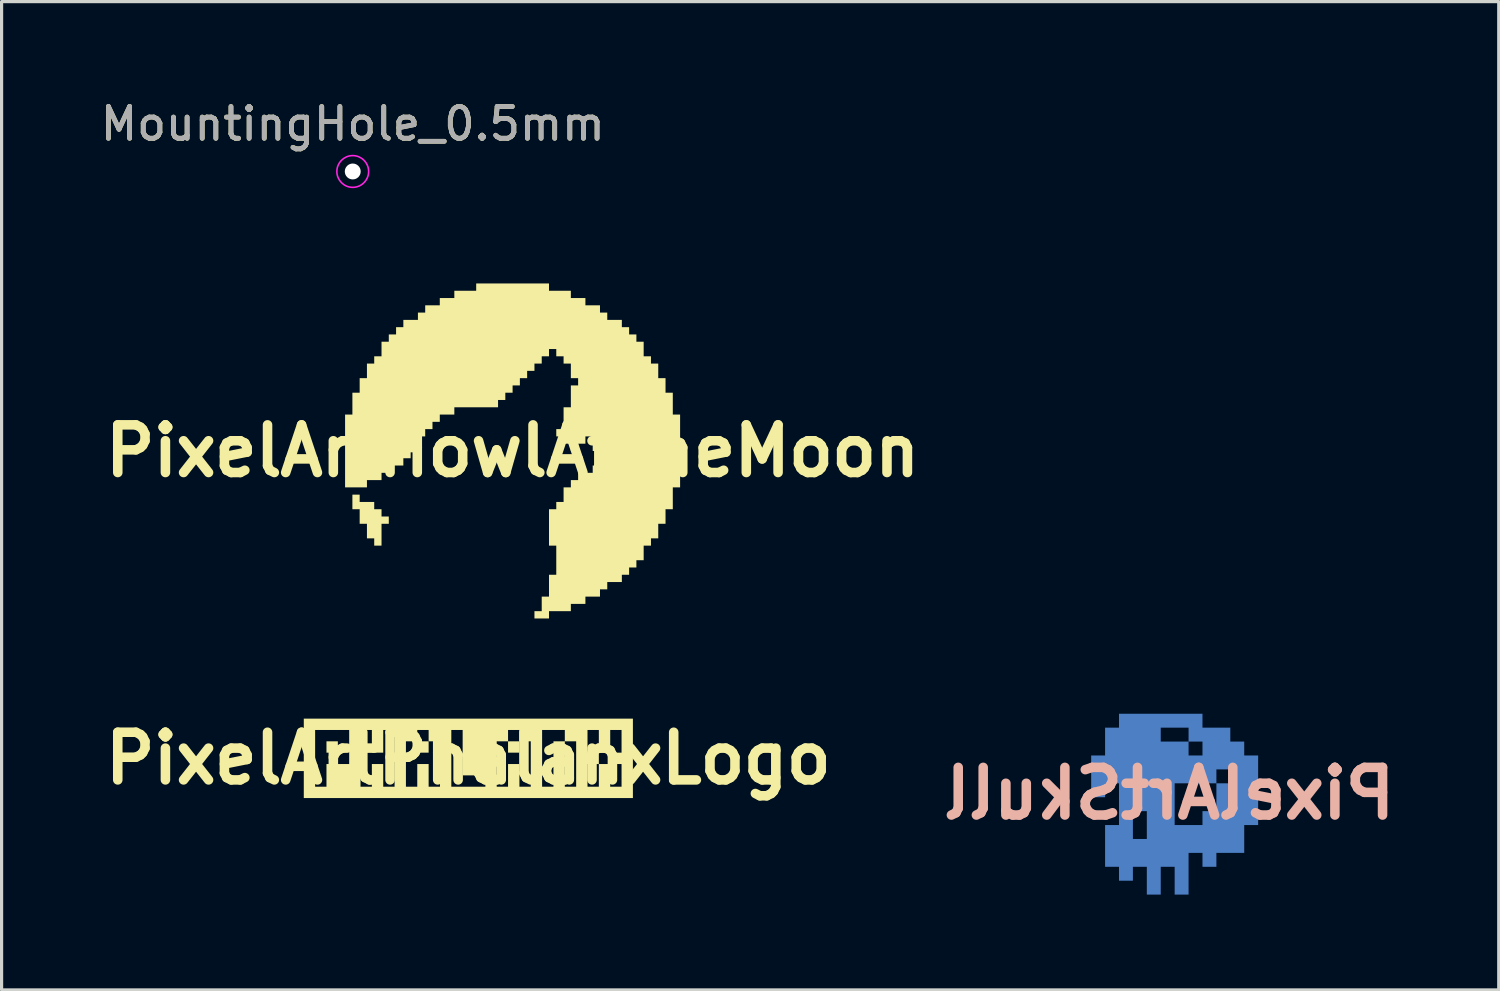
<source format=kicad_pcb>
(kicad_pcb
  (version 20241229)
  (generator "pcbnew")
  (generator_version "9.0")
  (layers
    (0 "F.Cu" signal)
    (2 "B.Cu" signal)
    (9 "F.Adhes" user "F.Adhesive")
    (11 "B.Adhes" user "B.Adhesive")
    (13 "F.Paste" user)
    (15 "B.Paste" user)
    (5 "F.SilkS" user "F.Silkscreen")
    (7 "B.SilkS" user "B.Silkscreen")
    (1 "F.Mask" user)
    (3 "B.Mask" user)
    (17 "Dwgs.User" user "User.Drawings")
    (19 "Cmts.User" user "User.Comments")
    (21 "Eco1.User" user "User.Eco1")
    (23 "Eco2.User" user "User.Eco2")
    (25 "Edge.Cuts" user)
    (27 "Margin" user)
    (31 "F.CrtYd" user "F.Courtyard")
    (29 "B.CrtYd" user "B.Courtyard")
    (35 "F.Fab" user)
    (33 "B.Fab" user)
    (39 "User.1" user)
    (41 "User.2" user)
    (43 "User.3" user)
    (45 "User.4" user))
  (footprint "PixelArtSkull"
    (layer "F.Cu")
    (at 33.757 21.928)
    (property "Reference" "PixelArtSkull" (at 0 0 0) (layer "B.SilkS") (effects (font (size 1.5 1.5) (thickness 0.3)) (justify mirror)))
    (attr board_only exclude_from_pos_files exclude_from_bom)
    (fp_poly (pts (xy 1.046 -2.291) (xy 1.046 -2.072) (xy 1.484 -2.072) (xy 1.922 -2.072) (xy 1.922 -1.853) (xy 1.922 -1.634) (xy 2.141 -1.634) (xy 2.36 -1.634) (xy 2.36 -1.415) (xy 2.36 -1.196) (xy 2.579 -1.196) (xy 2.798 -1.196) (xy 2.798 -0.101) (xy 2.798 0.994) (xy 2.579 0.994) (xy 2.36 0.994) (xy 2.36 1.432) (xy 2.36 1.87) (xy 1.922 1.87) (xy 1.484 1.87) (xy 1.484 2.089) (xy 1.484 2.308) (xy 1.265 2.308) (xy 1.046 2.308) (xy 1.046 2.089) (xy 1.046 1.87) (xy 0.827 1.87) (xy 0.608 1.87) (xy 0.608 2.527) (xy 0.608 3.183) (xy 0.389 3.183) (xy 0.17 3.183) (xy 0.17 2.746) (xy 0.17 2.308) (xy -0.049 2.308) (xy -0.268 2.308) (xy -0.268 2.746) (xy -0.268 3.183) (xy -0.487 3.183) (xy -0.706 3.183) (xy -0.706 2.746) (xy -0.706 2.308) (xy -0.925 2.308) (xy -1.144 2.308) (xy -1.144 2.527) (xy -1.144 2.746) (xy -1.363 2.746) (xy -1.582 2.746) (xy -1.582 2.527) (xy -1.582 2.308) (xy -1.801 2.308) (xy -2.02 2.308) (xy -2.02 1.651) (xy -2.02 0.994) (xy -1.801 0.994) (xy -1.582 0.994) (xy -1.582 0.556) (xy -1.144 0.556) (xy -1.144 0.994) (xy -1.144 1.432) (xy -0.925 1.432) (xy -0.706 1.432) (xy -0.706 0.994) (xy 0.17 0.994) (xy 0.608 0.994) (xy 1.046 0.994) (xy 1.046 0.775) (xy 1.046 0.556) (xy 1.265 0.556) (xy 1.484 0.556) (xy 1.484 0.118) (xy 1.484 -0.32) (xy 1.703 -0.32) (xy 1.922 -0.32) (xy 1.922 -0.539) (xy 1.922 -0.758) (xy 1.703 -0.758) (xy 1.484 -0.758) (xy 1.484 -0.539) (xy 1.484 -0.32) (xy 0.827 -0.32) (xy 0.17 -0.32) (xy 0.17 0.337) (xy 0.17 0.994) (xy -0.706 0.994) (xy -0.706 0.556) (xy -0.925 0.556) (xy -1.144 0.556) (xy -1.582 0.556) (xy -1.582 0.337) (xy -1.582 -0.32) (xy -1.801 -0.32) (xy -2.02 -0.32) (xy -2.02 -0.101) (xy -2.02 0.118) (xy -2.239 0.118) (xy -2.458 0.118) (xy -2.458 -0.539) (xy -2.458 -1.196) (xy -2.239 -1.196) (xy -2.02 -1.196) (xy -2.02 -1.634) (xy -2.02 -2.072) (xy -1.801 -2.072) (xy -1.582 -2.072) (xy -0.268 -2.072) (xy -0.268 -1.853) (xy -0.268 -1.634) (xy 0.17 -1.634) (xy 0.608 -1.634) (xy 0.608 -1.415) (xy 0.608 -1.196) (xy 0.827 -1.196) (xy 1.046 -1.196) (xy 1.046 -1.415) (xy 1.046 -1.634) (xy 0.827 -1.634) (xy 0.608 -1.634) (xy 0.608 -1.853) (xy 0.608 -2.072) (xy 0.17 -2.072) (xy -0.268 -2.072) (xy -1.582 -2.072) (xy -1.582 -2.291) (xy -1.582 -2.51) (xy -0.268 -2.51) (xy 1.046 -2.51)) (stroke (width 0) (type solid)) (fill yes) (layer "B.Cu"))
    (fp_poly (pts (xy 1.046 -2.291) (xy 1.046 -2.072) (xy 1.484 -2.072) (xy 1.922 -2.072) (xy 1.922 -1.853) (xy 1.922 -1.634) (xy 2.141 -1.634) (xy 2.36 -1.634) (xy 2.36 -1.415) (xy 2.36 -1.196) (xy 2.579 -1.196) (xy 2.798 -1.196) (xy 2.798 -0.101) (xy 2.798 0.994) (xy 2.579 0.994) (xy 2.36 0.994) (xy 2.36 1.432) (xy 2.36 1.87) (xy 1.922 1.87) (xy 1.484 1.87) (xy 1.484 2.089) (xy 1.484 2.308) (xy 1.265 2.308) (xy 1.046 2.308) (xy 1.046 2.089) (xy 1.046 1.87) (xy 0.827 1.87) (xy 0.608 1.87) (xy 0.608 2.527) (xy 0.608 3.183) (xy 0.389 3.183) (xy 0.17 3.183) (xy 0.17 2.746) (xy 0.17 2.308) (xy -0.049 2.308) (xy -0.268 2.308) (xy -0.268 2.746) (xy -0.268 3.183) (xy -0.487 3.183) (xy -0.706 3.183) (xy -0.706 2.746) (xy -0.706 2.308) (xy -0.925 2.308) (xy -1.144 2.308) (xy -1.144 2.527) (xy -1.144 2.746) (xy -1.363 2.746) (xy -1.582 2.746) (xy -1.582 2.527) (xy -1.582 2.308) (xy -1.801 2.308) (xy -2.02 2.308) (xy -2.02 1.651) (xy -2.02 0.994) (xy -1.801 0.994) (xy -1.582 0.994) (xy -1.582 0.556) (xy -1.144 0.556) (xy -1.144 0.994) (xy -1.144 1.432) (xy -0.925 1.432) (xy -0.706 1.432) (xy -0.706 0.994) (xy 0.17 0.994) (xy 0.608 0.994) (xy 1.046 0.994) (xy 1.046 0.775) (xy 1.046 0.556) (xy 1.265 0.556) (xy 1.484 0.556) (xy 1.484 0.118) (xy 1.484 -0.32) (xy 1.703 -0.32) (xy 1.922 -0.32) (xy 1.922 -0.539) (xy 1.922 -0.758) (xy 1.703 -0.758) (xy 1.484 -0.758) (xy 1.484 -0.539) (xy 1.484 -0.32) (xy 0.827 -0.32) (xy 0.17 -0.32) (xy 0.17 0.337) (xy 0.17 0.994) (xy -0.706 0.994) (xy -0.706 0.556) (xy -0.925 0.556) (xy -1.144 0.556) (xy -1.582 0.556) (xy -1.582 0.337) (xy -1.582 -0.32) (xy -1.801 -0.32) (xy -2.02 -0.32) (xy -2.02 -0.101) (xy -2.02 0.118) (xy -2.239 0.118) (xy -2.458 0.118) (xy -2.458 -0.539) (xy -2.458 -1.196) (xy -2.239 -1.196) (xy -2.02 -1.196) (xy -2.02 -1.634) (xy -2.02 -2.072) (xy -1.801 -2.072) (xy -1.582 -2.072) (xy -0.268 -2.072) (xy -0.268 -1.853) (xy -0.268 -1.634) (xy 0.17 -1.634) (xy 0.608 -1.634) (xy 0.608 -1.415) (xy 0.608 -1.196) (xy 0.827 -1.196) (xy 1.046 -1.196) (xy 1.046 -1.415) (xy 1.046 -1.634) (xy 0.827 -1.634) (xy 0.608 -1.634) (xy 0.608 -1.853) (xy 0.608 -2.072) (xy 0.17 -2.072) (xy -0.268 -2.072) (xy -1.582 -2.072) (xy -1.582 -2.291) (xy -1.582 -2.51) (xy -0.268 -2.51) (xy 1.046 -2.51)) (stroke (width 0) (type solid)) (fill yes) (layer "B.Mask")))
  (footprint "PixelArtHowlAtTheMoon"
    (layer "F.Cu")
    (at 13.086 11.146)
    (property "Reference" "PixelArtHowlAtTheMoon" (at 0 0 0) (layer "F.SilkS") (effects (font (size 1.5 1.5) (thickness 0.3))))
    (attr board_only exclude_from_pos_files exclude_from_bom)
    (fp_poly (pts (xy -4.814 1.49) (xy -4.814 1.605) (xy -4.585 1.605) (xy -4.356 1.605) (xy -4.356 1.719) (xy -4.356 1.834) (xy -4.241 1.834) (xy -4.126 1.834) (xy -4.126 1.949) (xy -4.126 2.063) (xy -4.012 2.063) (xy -3.897 2.063) (xy -3.897 2.178) (xy -3.897 2.292) (xy -4.012 2.292) (xy -4.126 2.292) (xy -4.126 2.636) (xy -4.126 2.98) (xy -4.241 2.98) (xy -4.356 2.98) (xy -4.356 2.866) (xy -4.356 2.751) (xy -4.47 2.751) (xy -4.585 2.751) (xy -4.585 2.522) (xy -4.585 2.292) (xy -4.699 2.292) (xy -4.814 2.292) (xy -4.814 2.063) (xy -4.814 1.834) (xy -4.929 1.834) (xy -5.043 1.834) (xy -5.043 1.605) (xy -5.043 1.375) (xy -4.929 1.375) (xy -4.814 1.375)) (stroke (width 0) (type solid)) (fill yes) (layer "F.SilkS"))
    (fp_poly (pts (xy 1.146 -5.158) (xy 1.146 -5.043) (xy 1.49 -5.043) (xy 1.834 -5.043) (xy 1.834 -4.929) (xy 1.834 -4.814) (xy 2.063 -4.814) (xy 2.292 -4.814) (xy 2.292 -4.699) (xy 2.292 -4.585) (xy 2.522 -4.585) (xy 2.751 -4.585) (xy 2.751 -4.47) (xy 2.751 -4.356) (xy 2.866 -4.356) (xy 2.98 -4.356) (xy 2.98 -4.241) (xy 2.98 -4.126) (xy 3.209 -4.126) (xy 3.439 -4.126) (xy 3.439 -4.012) (xy 3.439 -3.897) (xy 3.553 -3.897) (xy 3.668 -3.897) (xy 3.668 -3.782) (xy 3.668 -3.668) (xy 3.782 -3.668) (xy 3.897 -3.668) (xy 3.897 -3.553) (xy 3.897 -3.439) (xy 4.012 -3.439) (xy 4.126 -3.439) (xy 4.126 -3.209) (xy 4.126 -2.98) (xy 4.241 -2.98) (xy 4.356 -2.98) (xy 4.356 -2.866) (xy 4.356 -2.751) (xy 4.47 -2.751) (xy 4.585 -2.751) (xy 4.585 -2.522) (xy 4.585 -2.292) (xy 4.699 -2.292) (xy 4.814 -2.292) (xy 4.814 -2.063) (xy 4.814 -1.834) (xy 4.929 -1.834) (xy 5.043 -1.834) (xy 5.043 -1.49) (xy 5.043 -1.146) (xy 5.158 -1.146) (xy 5.273 -1.146) (xy 5.273 0) (xy 5.273 1.146) (xy 5.158 1.146) (xy 5.043 1.146) (xy 5.043 1.49) (xy 5.043 1.834) (xy 4.929 1.834) (xy 4.814 1.834) (xy 4.814 2.063) (xy 4.814 2.292) (xy 4.699 2.292) (xy 4.585 2.292) (xy 4.585 2.522) (xy 4.585 2.751) (xy 4.47 2.751) (xy 4.356 2.751) (xy 4.356 2.866) (xy 4.356 2.98) (xy 4.241 2.98) (xy 4.126 2.98) (xy 4.126 3.209) (xy 4.126 3.439) (xy 4.012 3.439) (xy 3.897 3.439) (xy 3.897 3.553) (xy 3.897 3.668) (xy 3.782 3.668) (xy 3.668 3.668) (xy 3.668 3.782) (xy 3.668 3.897) (xy 3.553 3.897) (xy 3.439 3.897) (xy 3.439 4.012) (xy 3.439 4.126) (xy 3.209 4.126) (xy 2.98 4.126) (xy 2.98 4.241) (xy 2.98 4.356) (xy 2.866 4.356) (xy 2.751 4.356) (xy 2.751 4.47) (xy 2.751 4.585) (xy 2.522 4.585) (xy 2.292 4.585) (xy 2.292 4.699) (xy 2.292 4.814) (xy 2.063 4.814) (xy 1.834 4.814) (xy 1.834 4.929) (xy 1.834 5.043) (xy 1.49 5.043) (xy 1.146 5.043) (xy 1.146 5.158) (xy 1.146 5.273) (xy 0.917 5.273) (xy 0.688 5.273) (xy 0.688 5.158) (xy 0.688 5.043) (xy 0.802 5.043) (xy 0.917 5.043) (xy 0.917 4.814) (xy 0.917 4.585) (xy 1.032 4.585) (xy 1.146 4.585) (xy 1.146 4.241) (xy 1.146 3.897) (xy 1.261 3.897) (xy 1.375 3.897) (xy 1.375 3.439) (xy 1.375 2.98) (xy 1.261 2.98) (xy 1.146 2.98) (xy 1.146 2.407) (xy 1.146 1.834) (xy 1.261 1.834) (xy 1.375 1.834) (xy 1.375 1.719) (xy 1.375 1.605) (xy 1.49 1.605) (xy 1.605 1.605) (xy 1.605 1.375) (xy 1.605 1.146) (xy 1.719 1.146) (xy 1.834 1.146) (xy 1.834 1.032) (xy 1.834 0.917) (xy 1.949 0.917) (xy 2.063 0.917) (xy 2.063 0.802) (xy 2.063 0.688) (xy 2.292 0.688) (xy 2.522 0.688) (xy 2.522 0.573) (xy 2.522 0.458) (xy 2.636 0.458) (xy 2.751 0.458) (xy 2.751 0.229) (xy 2.751 0) (xy 2.636 0) (xy 2.522 0) (xy 2.522 -0.229) (xy 2.522 -0.458) (xy 2.407 -0.458) (xy 2.292 -0.458) (xy 2.292 -0.344) (xy 2.292 -0.229) (xy 2.178 -0.229) (xy 2.063 -0.229) (xy 2.063 -0.115) (xy 2.063 0) (xy 1.949 0) (xy 1.834 0) (xy 1.834 -0.115) (xy 1.834 -0.229) (xy 1.719 -0.229) (xy 1.605 -0.229) (xy 1.605 -0.344) (xy 1.605 -0.458) (xy 1.49 -0.458) (xy 1.375 -0.458) (xy 1.375 -0.573) (xy 1.375 -0.688) (xy 1.49 -0.688) (xy 1.605 -0.688) (xy 1.605 -1.032) (xy 1.605 -1.375) (xy 1.719 -1.375) (xy 1.834 -1.375) (xy 1.834 -1.719) (xy 1.834 -2.063) (xy 1.949 -2.063) (xy 2.063 -2.063) (xy 2.063 -2.178) (xy 2.063 -2.292) (xy 1.949 -2.292) (xy 1.834 -2.292) (xy 1.834 -2.522) (xy 1.834 -2.751) (xy 1.719 -2.751) (xy 1.605 -2.751) (xy 1.605 -2.866) (xy 1.605 -2.98) (xy 1.49 -2.98) (xy 1.375 -2.98) (xy 1.375 -3.095) (xy 1.375 -3.209) (xy 1.261 -3.209) (xy 1.146 -3.209) (xy 1.146 -3.095) (xy 1.146 -2.98) (xy 1.032 -2.98) (xy 0.917 -2.98) (xy 0.917 -2.866) (xy 0.917 -2.751) (xy 0.802 -2.751) (xy 0.688 -2.751) (xy 0.688 -2.636) (xy 0.688 -2.522) (xy 0.573 -2.522) (xy 0.458 -2.522) (xy 0.458 -2.407) (xy 0.458 -2.292) (xy 0.344 -2.292) (xy 0.229 -2.292) (xy 0.229 -2.178) (xy 0.229 -2.063) (xy 0.115 -2.063) (xy 0 -2.063) (xy 0 -1.949) (xy 0 -1.834) (xy -0.115 -1.834) (xy -0.229 -1.834) (xy -0.229 -1.719) (xy -0.229 -1.605) (xy -0.344 -1.605) (xy -0.458 -1.605) (xy -0.458 -1.49) (xy -0.458 -1.375) (xy -1.146 -1.375) (xy -1.834 -1.375) (xy -1.834 -1.261) (xy -1.834 -1.146) (xy -2.063 -1.146) (xy -2.292 -1.146) (xy -2.292 -1.032) (xy -2.292 -0.917) (xy -2.407 -0.917) (xy -2.522 -0.917) (xy -2.522 -0.802) (xy -2.522 -0.688) (xy -2.636 -0.688) (xy -2.751 -0.688) (xy -2.751 -0.573) (xy -2.751 -0.458) (xy -2.866 -0.458) (xy -2.98 -0.458) (xy -2.98 -0.229) (xy -2.98 0) (xy -3.095 0) (xy -3.209 0) (xy -3.209 0.115) (xy -3.209 0.229) (xy -3.324 0.229) (xy -3.439 0.229) (xy -3.439 0.344) (xy -3.439 0.458) (xy -3.668 0.458) (xy -3.897 0.458) (xy -3.897 0.573) (xy -3.897 0.688) (xy -4.012 0.688) (xy -4.126 0.688) (xy -4.126 0.802) (xy -4.126 0.917) (xy -4.356 0.917) (xy -4.585 0.917) (xy -4.585 1.032) (xy -4.585 1.146) (xy -4.929 1.146) (xy -5.273 1.146) (xy -5.273 0) (xy -5.273 -1.146) (xy -5.158 -1.146) (xy -5.043 -1.146) (xy -5.043 -1.49) (xy -5.043 -1.834) (xy -4.929 -1.834) (xy -4.814 -1.834) (xy -4.814 -2.063) (xy -4.814 -2.292) (xy -4.699 -2.292) (xy -4.585 -2.292) (xy -4.585 -2.522) (xy -4.585 -2.751) (xy -4.47 -2.751) (xy -4.356 -2.751) (xy -4.356 -2.866) (xy -4.356 -2.98) (xy -4.241 -2.98) (xy -4.126 -2.98) (xy -4.126 -3.209) (xy -4.126 -3.439) (xy -4.012 -3.439) (xy -3.897 -3.439) (xy -3.897 -3.553) (xy -3.897 -3.668) (xy -3.782 -3.668) (xy -3.668 -3.668) (xy -3.668 -3.782) (xy -3.668 -3.897) (xy -3.553 -3.897) (xy -3.439 -3.897) (xy -3.439 -4.012) (xy -3.439 -4.126) (xy -3.209 -4.126) (xy -2.98 -4.126) (xy -2.98 -4.241) (xy -2.98 -4.356) (xy -2.866 -4.356) (xy -2.751 -4.356) (xy -2.751 -4.47) (xy -2.751 -4.585) (xy -2.522 -4.585) (xy -2.292 -4.585) (xy -2.292 -4.699) (xy -2.292 -4.814) (xy -2.063 -4.814) (xy -1.834 -4.814) (xy -1.834 -4.929) (xy -1.834 -5.043) (xy -1.49 -5.043) (xy -1.146 -5.043) (xy -1.146 -5.158) (xy -1.146 -5.273) (xy 0 -5.273) (xy 1.146 -5.273)) (stroke (width 0) (type solid)) (fill yes) (layer "F.SilkS")))
  (footprint "PixelArtPhalanxLogo"
    (layer "F.Cu")
    (at 11.693 20.822)
    (property "Reference" "PixelArtPhalanxLogo" (at 0 0 0) (layer "F.SilkS") (effects (font (size 1.5 1.5) (thickness 0.3))))
    (attr board_only exclude_from_pos_files exclude_from_bom)
    (fp_poly (pts (xy -4.108 -0.357) (xy -4.108 -0.179) (xy -4.287 -0.179) (xy -4.466 -0.179) (xy -4.466 -0.357) (xy -4.466 -0.536) (xy -4.287 -0.536) (xy -4.108 -0.536)) (stroke (width 0) (type solid)) (fill yes) (layer "F.SilkS"))
    (fp_poly (pts (xy -1.25 -0.357) (xy -1.25 -0.179) (xy -1.429 -0.179) (xy -1.608 -0.179) (xy -1.608 -0.357) (xy -1.608 -0.536) (xy -1.429 -0.536) (xy -1.25 -0.536)) (stroke (width 0) (type solid)) (fill yes) (layer "F.SilkS"))
    (fp_poly (pts (xy 1.608 -0.357) (xy 1.608 -0.179) (xy 1.429 -0.179) (xy 1.25 -0.179) (xy 1.25 -0.357) (xy 1.25 -0.536) (xy 1.429 -0.536) (xy 1.608 -0.536)) (stroke (width 0) (type solid)) (fill yes) (layer "F.SilkS"))
    (fp_poly (pts (xy 5.18 0) (xy 5.18 1.25) (xy 0 1.25) (xy -5.18 1.25) (xy -5.18 0) (xy -5.18 -0.893) (xy -4.823 -0.893) (xy -4.823 0) (xy -4.823 0.893) (xy -4.644 0.893) (xy -4.466 0.893) (xy -4.466 0.536) (xy -4.466 0.179) (xy -4.108 0.179) (xy -3.751 0.179) (xy -3.751 -0.357) (xy -3.751 -0.893) (xy -3.394 -0.893) (xy -3.394 0) (xy -3.394 0.893) (xy -3.215 0.893) (xy -3.037 0.893) (xy -3.037 0.536) (xy -3.037 0.179) (xy -2.858 0.179) (xy -2.679 0.179) (xy -2.679 0.536) (xy -2.679 0.893) (xy -2.501 0.893) (xy -2.322 0.893) (xy -1.965 0.893) (xy -1.786 0.893) (xy -1.608 0.893) (xy -1.608 0.536) (xy -1.608 0.179) (xy -1.429 0.179) (xy -1.25 0.179) (xy -1.25 0.536) (xy -1.25 0.893) (xy -1.072 0.893) (xy -0.893 0.893) (xy -0.893 0.179) (xy -0.893 -0.536) (xy -1.072 -0.536) (xy -1.25 -0.536) (xy -1.25 -0.714) (xy -1.25 -0.893) (xy -0.536 -0.893) (xy -0.536 0) (xy -0.536 0.893) (xy 0 0.893) (xy 0.536 0.893) (xy 0.893 0.893) (xy 1.072 0.893) (xy 1.25 0.893) (xy 1.25 0.536) (xy 1.25 0.179) (xy 1.429 0.179) (xy 1.608 0.179) (xy 1.608 0.536) (xy 1.608 0.893) (xy 1.786 0.893) (xy 1.965 0.893) (xy 1.965 0.179) (xy 1.965 -0.536) (xy 1.786 -0.536) (xy 1.608 -0.536) (xy 1.608 -0.714) (xy 1.608 -0.893) (xy 2.322 -0.893) (xy 2.322 0) (xy 2.322 0.893) (xy 2.501 0.893) (xy 2.679 0.893) (xy 2.679 0.179) (xy 2.679 -0.536) (xy 2.858 -0.536) (xy 3.037 -0.536) (xy 3.037 0.179) (xy 3.037 0.893) (xy 3.215 0.893) (xy 3.394 0.893) (xy 3.394 0.179) (xy 3.394 -0.536) (xy 3.215 -0.536) (xy 3.037 -0.536) (xy 3.037 -0.714) (xy 3.037 -0.893) (xy 3.751 -0.893) (xy 3.751 -0.536) (xy 3.751 -0.179) (xy 3.93 -0.179) (xy 4.108 -0.179) (xy 4.108 0) (xy 4.108 0.179) (xy 3.93 0.179) (xy 3.751 0.179) (xy 3.751 0.536) (xy 3.751 0.893) (xy 3.93 0.893) (xy 4.108 0.893) (xy 4.108 0.536) (xy 4.108 0.179) (xy 4.287 0.179) (xy 4.466 0.179) (xy 4.466 0.536) (xy 4.466 0.893) (xy 4.644 0.893) (xy 4.823 0.893) (xy 4.823 0.536) (xy 4.823 0.179) (xy 4.644 0.179) (xy 4.466 0.179) (xy 4.466 0) (xy 4.466 -0.179) (xy 4.644 -0.179) (xy 4.823 -0.179) (xy 4.823 -0.536) (xy 4.823 -0.893) (xy 4.644 -0.893) (xy 4.466 -0.893) (xy 4.466 -0.536) (xy 4.466 -0.179) (xy 4.287 -0.179) (xy 4.108 -0.179) (xy 4.108 -0.536) (xy 4.108 -0.893) (xy 3.93 -0.893) (xy 3.751 -0.893) (xy 3.037 -0.893) (xy 2.679 -0.893) (xy 2.322 -0.893) (xy 1.608 -0.893) (xy 1.429 -0.893) (xy 1.25 -0.893) (xy 1.25 -0.714) (xy 1.25 -0.536) (xy 1.072 -0.536) (xy 0.893 -0.536) (xy 0.893 0.179) (xy 0.893 0.893) (xy 0.536 0.893) (xy 0.536 0.714) (xy 0.536 0.536) (xy 0.179 0.536) (xy -0.179 0.536) (xy -0.179 -0.179) (xy -0.179 -0.893) (xy -0.357 -0.893) (xy -0.536 -0.893) (xy -1.25 -0.893) (xy -1.429 -0.893) (xy -1.608 -0.893) (xy -1.608 -0.714) (xy -1.608 -0.536) (xy -1.786 -0.536) (xy -1.965 -0.536) (xy -1.965 0.179) (xy -1.965 0.893) (xy -2.322 0.893) (xy -2.322 0) (xy -2.322 -0.893) (xy -2.501 -0.893) (xy -2.679 -0.893) (xy -2.679 -0.536) (xy -2.679 -0.179) (xy -2.858 -0.179) (xy -3.037 -0.179) (xy -3.037 -0.536) (xy -3.037 -0.893) (xy -3.215 -0.893) (xy -3.394 -0.893) (xy -3.751 -0.893) (xy -4.287 -0.893) (xy -4.823 -0.893) (xy -5.18 -0.893) (xy -5.18 -1.25) (xy 0 -1.25) (xy 5.18 -1.25)) (stroke (width 0) (type solid)) (fill yes) (layer "F.SilkS")))
  (footprint "MountingHole_0.5mm"
    (layer "F.Cu")
    (at 8.054 2.348)
    (property "Reference" "MountingHole_0.5mm" (at 0 -1.5 0) (layer "F.SilkS") (effects (font (size 1 1) (thickness 0.15))))
    (attr exclude_from_pos_files exclude_from_bom)
    (fp_circle (center 0 0) (end 0.5 0) (stroke (width 0.05) (type solid)) (fill no) (layer "F.CrtYd"))
    (fp_text user "${REFERENCE}" (at 0 -1.5 0) (layer "F.Fab") (effects (font (size 1 1) (thickness 0.15))))
    (pad "" np_thru_hole circle (at 0 0) (size 0.5 0.5) (drill 0.5) (layers "*.Cu" "*.Mask")))
  (gr_rect
    (start -3 -3)
    (end 44.129 28.111)
    (stroke (width 0.1) (type default))
    (fill no)
    (layer "Edge.Cuts")))
</source>
